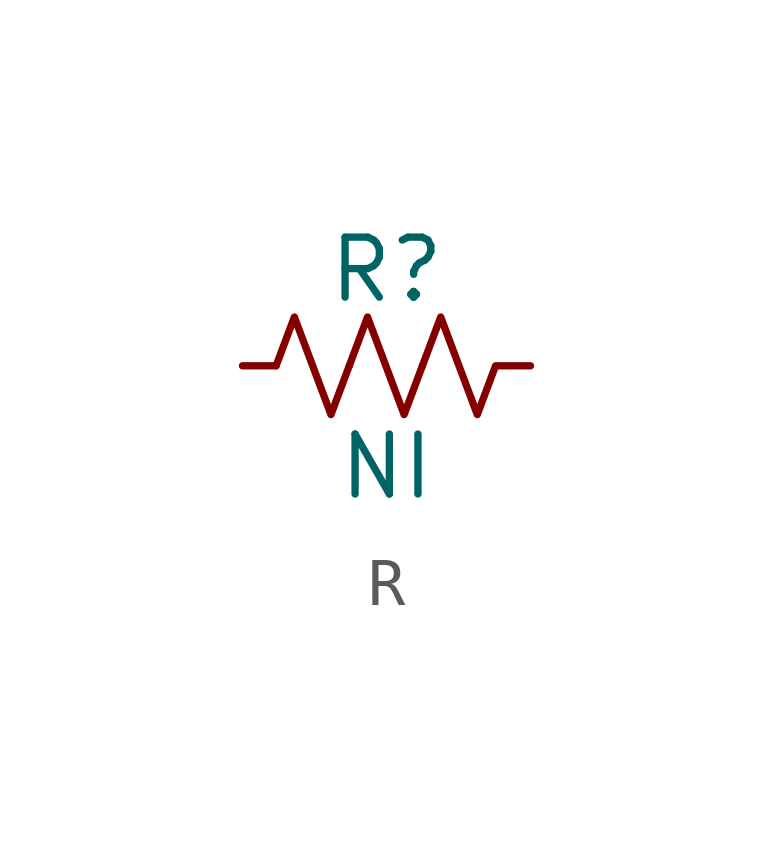
<source format=kicad_sym>
(kicad_symbol_lib
  (version 20241209)
  (generator "kicad_symbol_editor")
  (generator_version "9.0")
  (symbol "R"
    (pin_numbers
      (hide yes))
    (pin_names
      (offset 0)
      (hide yes))
    (property "Reference" "R"
      (at 3 2 0)
      (do_not_autoplace)
      (effects (font (size 1.25 1.25))))
    (property "Value" "NI"
      (at 3 -2.1 0)
      (do_not_autoplace)
      (effects (font (size 1.25 1.25))))
    (symbol "R_0_1"
      (polyline (pts (xy 0.7 0) (xy 1.081 1.016) (xy 1.462 0) (xy 1.843 -1.016) (xy 2.224 0)) (stroke (width 0) (type default)) (fill (type none)))
      (polyline (pts (xy 2.224 0) (xy 2.605 1.016) (xy 2.986 0) (xy 3.367 -1.016) (xy 3.748 0)) (stroke (width 0) (type default)) (fill (type none)))
      (polyline (pts (xy 3.748 0) (xy 4.129 1.016) (xy 4.51 0) (xy 4.891 -1.016) (xy 5.272 0)) (stroke (width 0) (type default)) (fill (type none))))
    (symbol "R_1_1"
      (pin passive line (at 0 0 0) (length 0.7) (name "1" (effects (font (size 1.25 1.25)))) (number "1" (effects (font (size 1.25 1.25)))))
      (pin passive line (at 6 0 180) (length 0.7) (name "1" (effects (font (size 1.25 1.25)))) (number "2" (effects (font (size 1.25 1.25))))))))
</source>
